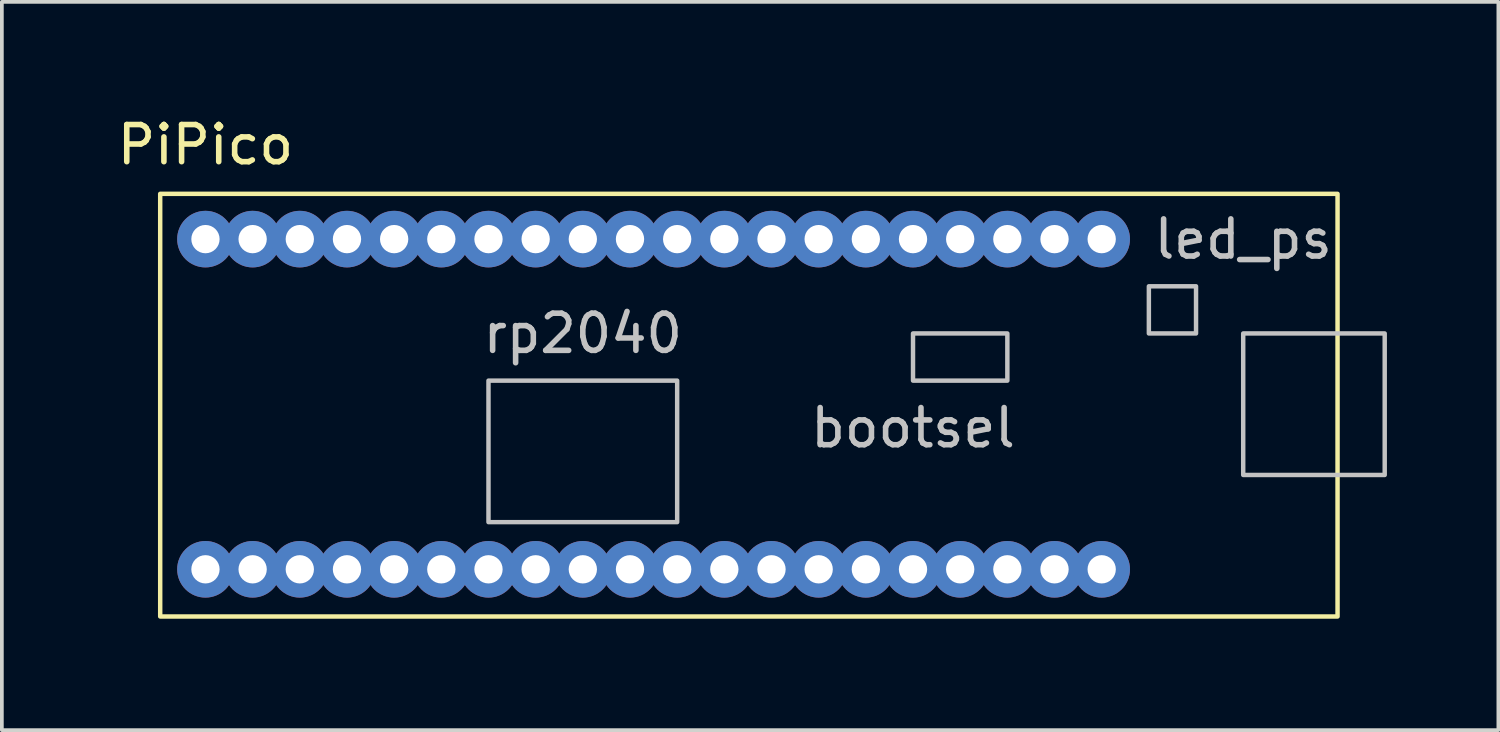
<source format=kicad_pcb>
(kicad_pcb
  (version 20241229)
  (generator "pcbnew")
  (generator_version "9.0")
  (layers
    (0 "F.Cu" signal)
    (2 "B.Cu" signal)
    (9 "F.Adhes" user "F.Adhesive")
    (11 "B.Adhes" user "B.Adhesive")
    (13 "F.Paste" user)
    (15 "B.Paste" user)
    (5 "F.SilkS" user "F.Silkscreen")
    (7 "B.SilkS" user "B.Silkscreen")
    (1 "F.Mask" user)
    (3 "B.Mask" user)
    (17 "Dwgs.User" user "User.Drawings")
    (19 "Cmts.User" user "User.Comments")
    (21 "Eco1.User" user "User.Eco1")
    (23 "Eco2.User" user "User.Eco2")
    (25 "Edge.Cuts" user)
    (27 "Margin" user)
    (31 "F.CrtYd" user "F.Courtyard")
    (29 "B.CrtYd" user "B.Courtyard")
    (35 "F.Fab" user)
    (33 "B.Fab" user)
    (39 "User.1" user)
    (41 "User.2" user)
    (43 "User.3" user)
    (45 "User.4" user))
  (footprint "PiPico"
    (layer "F.Cu")
    (at 24.072 7.198)
    (property "Reference" "PiPico" (at -21.59 -6.35 0) (unlocked yes) (layer "F.SilkS") (effects (font (size 1 1) (thickness 0.15))))
    (attr through_hole)
    (fp_rect (start -22.809 -5.029) (end 8.89 6.35) (stroke (width 0.12) (type solid)) (fill no) (layer "F.SilkS"))
    (fp_rect (start -13.97 0) (end -8.89 3.81) (stroke (width 0.12) (type solid)) (fill no) (layer "Dwgs.User"))
    (fp_rect (start -2.54 -1.27) (end 0 0) (stroke (width 0.12) (type solid)) (fill no) (layer "Dwgs.User"))
    (fp_rect (start 3.81 -2.54) (end 5.08 -1.27) (stroke (width 0.12) (type solid)) (fill no) (layer "Dwgs.User"))
    (fp_rect (start 6.35 -1.27) (end 10.16 2.54) (stroke (width 0.12) (type solid)) (fill no) (layer "Dwgs.User"))
    (fp_text user "led_ps" (at 6.35 -3.81 0) (unlocked yes) (layer "Dwgs.User") (effects (font (size 1 1) (thickness 0.15))))
    (fp_text user "bootsel" (at -2.54 1.27 0) (unlocked yes) (layer "Dwgs.User") (effects (font (size 1 1) (thickness 0.15))))
    (fp_text user "rp2040" (at -11.43 -1.27 0) (unlocked yes) (layer "Dwgs.User") (effects (font (size 1 1) (thickness 0.15))))
    (pad "1" thru_hole circle (at -21.59 5.08) (size 1.524 1.524) (drill 0.762) (layers "*.Cu" "*.Mask"))
    (pad "2" thru_hole circle (at -20.32 5.08) (size 1.524 1.524) (drill 0.762) (layers "*.Cu" "*.Mask"))
    (pad "3" thru_hole circle (at -19.05 5.08) (size 1.524 1.524) (drill 0.762) (layers "*.Cu" "*.Mask"))
    (pad "4" thru_hole circle (at -17.78 5.08) (size 1.524 1.524) (drill 0.762) (layers "*.Cu" "*.Mask"))
    (pad "5" thru_hole circle (at -16.51 5.08) (size 1.524 1.524) (drill 0.762) (layers "*.Cu" "*.Mask"))
    (pad "6" thru_hole circle (at -15.24 5.08) (size 1.524 1.524) (drill 0.762) (layers "*.Cu" "*.Mask"))
    (pad "7" thru_hole circle (at -13.97 5.08) (size 1.524 1.524) (drill 0.762) (layers "*.Cu" "*.Mask"))
    (pad "8" thru_hole circle (at -12.7 5.08) (size 1.524 1.524) (drill 0.762) (layers "*.Cu" "*.Mask"))
    (pad "9" thru_hole circle (at -11.43 5.08) (size 1.524 1.524) (drill 0.762) (layers "*.Cu" "*.Mask"))
    (pad "10" thru_hole circle (at -10.16 5.08) (size 1.524 1.524) (drill 0.762) (layers "*.Cu" "*.Mask"))
    (pad "11" thru_hole circle (at -8.89 5.08) (size 1.524 1.524) (drill 0.762) (layers "*.Cu" "*.Mask"))
    (pad "12" thru_hole circle (at -7.62 5.08) (size 1.524 1.524) (drill 0.762) (layers "*.Cu" "*.Mask"))
    (pad "13" thru_hole circle (at -6.35 5.08) (size 1.524 1.524) (drill 0.762) (layers "*.Cu" "*.Mask"))
    (pad "14" thru_hole circle (at -5.08 5.08) (size 1.524 1.524) (drill 0.762) (layers "*.Cu" "*.Mask"))
    (pad "15" thru_hole circle (at -3.81 5.08) (size 1.524 1.524) (drill 0.762) (layers "*.Cu" "*.Mask"))
    (pad "16" thru_hole circle (at -2.54 5.08) (size 1.524 1.524) (drill 0.762) (layers "*.Cu" "*.Mask"))
    (pad "17" thru_hole circle (at -1.27 5.08) (size 1.524 1.524) (drill 0.762) (layers "*.Cu" "*.Mask"))
    (pad "18" thru_hole circle (at 0 5.08) (size 1.524 1.524) (drill 0.762) (layers "*.Cu" "*.Mask"))
    (pad "19" thru_hole circle (at 1.27 5.08) (size 1.524 1.524) (drill 0.762) (layers "*.Cu" "*.Mask"))
    (pad "20" thru_hole circle (at 2.54 5.08) (size 1.524 1.524) (drill 0.762) (layers "*.Cu" "*.Mask"))
    (pad "21" thru_hole circle (at -21.59 -3.81) (size 1.524 1.524) (drill 0.762) (layers "*.Cu" "*.Mask"))
    (pad "22" thru_hole circle (at -20.32 -3.81) (size 1.524 1.524) (drill 0.762) (layers "*.Cu" "*.Mask"))
    (pad "23" thru_hole circle (at -19.05 -3.81) (size 1.524 1.524) (drill 0.762) (layers "*.Cu" "*.Mask"))
    (pad "24" thru_hole circle (at -17.78 -3.81) (size 1.524 1.524) (drill 0.762) (layers "*.Cu" "*.Mask"))
    (pad "25" thru_hole circle (at -16.51 -3.81) (size 1.524 1.524) (drill 0.762) (layers "*.Cu" "*.Mask"))
    (pad "26" thru_hole circle (at -15.24 -3.81) (size 1.524 1.524) (drill 0.762) (layers "*.Cu" "*.Mask"))
    (pad "27" thru_hole circle (at -13.97 -3.81) (size 1.524 1.524) (drill 0.762) (layers "*.Cu" "*.Mask"))
    (pad "28" thru_hole circle (at -12.7 -3.81) (size 1.524 1.524) (drill 0.762) (layers "*.Cu" "*.Mask"))
    (pad "29" thru_hole circle (at -11.43 -3.81) (size 1.524 1.524) (drill 0.762) (layers "*.Cu" "*.Mask"))
    (pad "30" thru_hole circle (at -10.16 -3.81) (size 1.524 1.524) (drill 0.762) (layers "*.Cu" "*.Mask"))
    (pad "31" thru_hole circle (at -8.89 -3.81) (size 1.524 1.524) (drill 0.762) (layers "*.Cu" "*.Mask"))
    (pad "32" thru_hole circle (at -7.62 -3.81) (size 1.524 1.524) (drill 0.762) (layers "*.Cu" "*.Mask"))
    (pad "33" thru_hole circle (at -6.35 -3.81) (size 1.524 1.524) (drill 0.762) (layers "*.Cu" "*.Mask"))
    (pad "34" thru_hole circle (at -5.08 -3.81) (size 1.524 1.524) (drill 0.762) (layers "*.Cu" "*.Mask"))
    (pad "35" thru_hole circle (at -3.81 -3.81) (size 1.524 1.524) (drill 0.762) (layers "*.Cu" "*.Mask"))
    (pad "36" thru_hole circle (at -2.54 -3.81) (size 1.524 1.524) (drill 0.762) (layers "*.Cu" "*.Mask"))
    (pad "37" thru_hole circle (at -1.27 -3.81) (size 1.524 1.524) (drill 0.762) (layers "*.Cu" "*.Mask"))
    (pad "38" thru_hole circle (at 0 -3.81) (size 1.524 1.524) (drill 0.762) (layers "*.Cu" "*.Mask"))
    (pad "39" thru_hole circle (at 1.27 -3.81) (size 1.524 1.524) (drill 0.762) (layers "*.Cu" "*.Mask"))
    (pad "40" thru_hole circle (at 2.54 -3.81) (size 1.524 1.524) (drill 0.762) (layers "*.Cu" "*.Mask")))
  (gr_rect
    (start -3 -3)
    (end 37.292 16.608)
    (stroke (width 0.1) (type default))
    (fill no)
    (layer "Edge.Cuts")))
</source>
